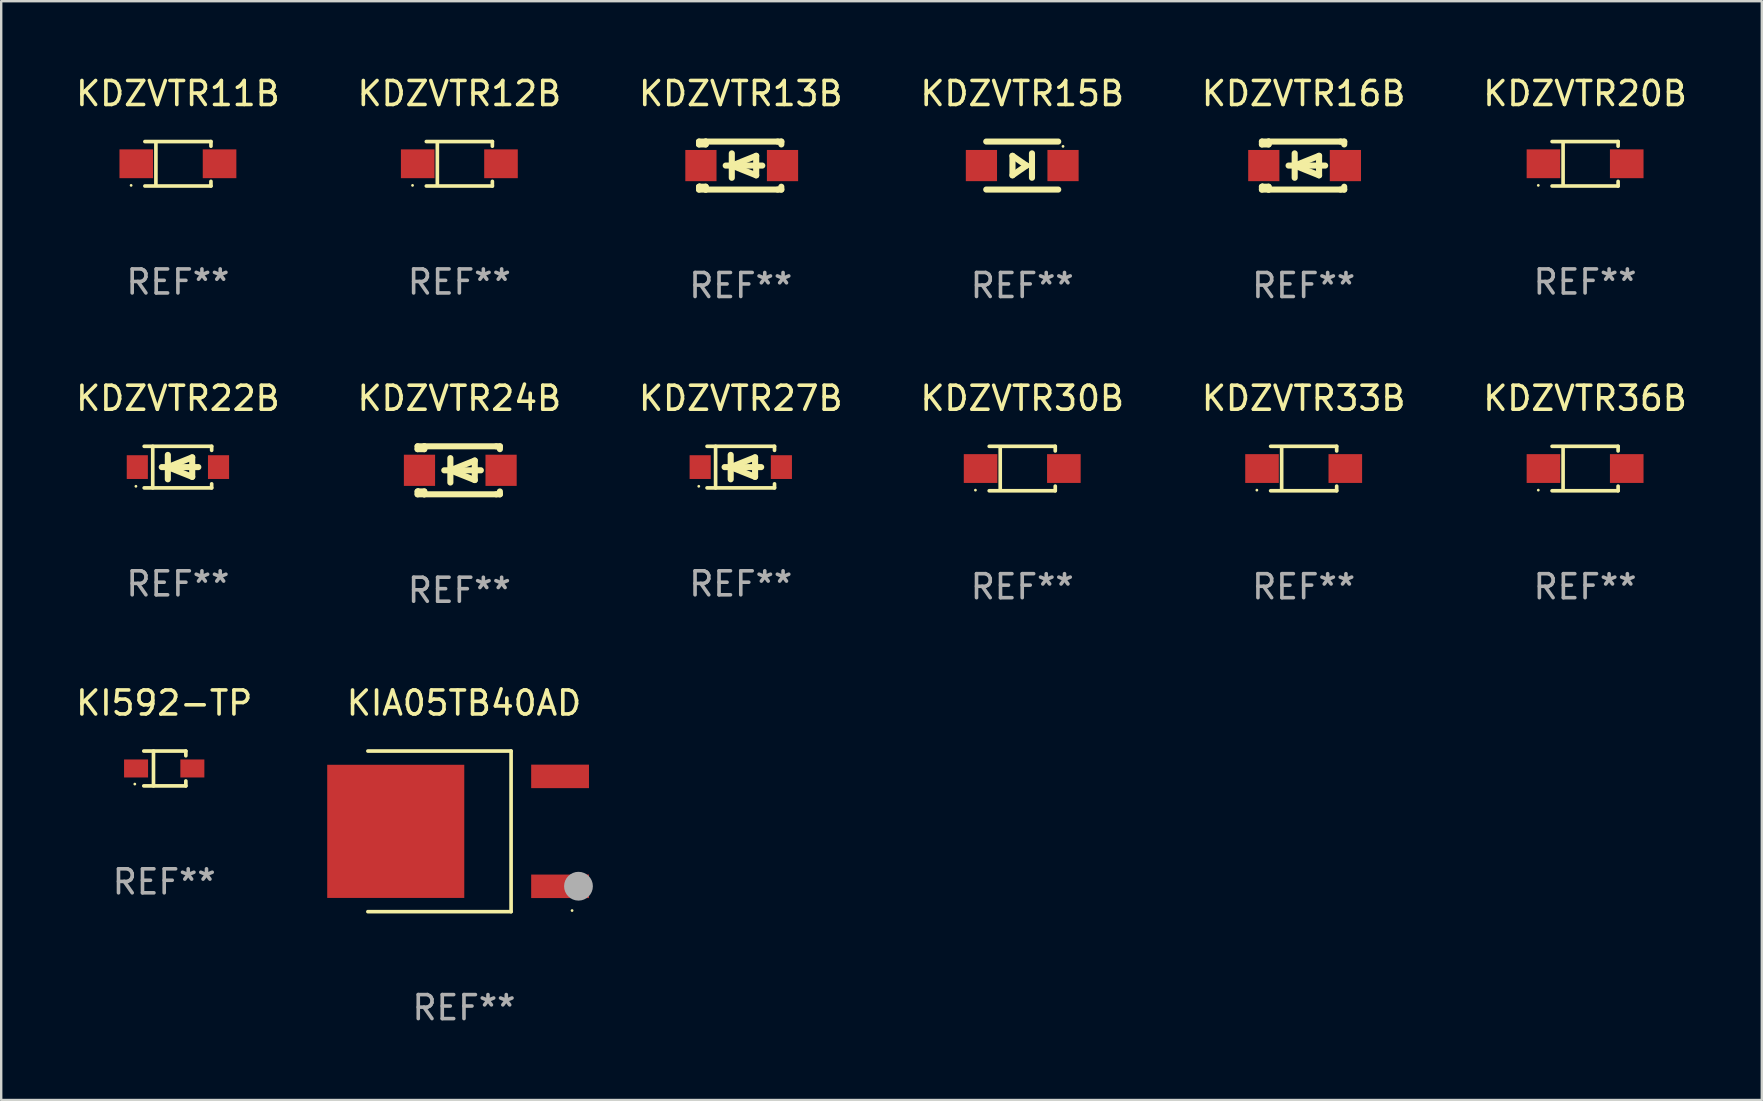
<source format=kicad_pcb>
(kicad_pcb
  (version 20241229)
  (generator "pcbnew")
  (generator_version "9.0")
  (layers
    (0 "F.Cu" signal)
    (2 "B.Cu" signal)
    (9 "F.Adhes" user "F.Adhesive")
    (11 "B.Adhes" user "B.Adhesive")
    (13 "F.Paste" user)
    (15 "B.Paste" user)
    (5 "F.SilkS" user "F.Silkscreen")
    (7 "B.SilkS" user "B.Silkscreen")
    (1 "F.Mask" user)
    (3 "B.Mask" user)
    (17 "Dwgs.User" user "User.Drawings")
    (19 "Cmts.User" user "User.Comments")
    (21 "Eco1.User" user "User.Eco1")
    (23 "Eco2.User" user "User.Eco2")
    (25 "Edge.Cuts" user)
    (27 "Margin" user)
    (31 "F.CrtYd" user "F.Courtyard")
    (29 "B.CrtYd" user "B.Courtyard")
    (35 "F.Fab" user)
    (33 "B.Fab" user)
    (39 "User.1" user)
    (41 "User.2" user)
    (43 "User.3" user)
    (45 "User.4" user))
  (footprint "KDZVTR20B"
    (layer "F.Cu")
    (at 62.994 3.774)
    (property "Reference" "KDZVTR20B" (at 0 -2.926 0) (layer "F.SilkS") (effects (font (size 1 1) (thickness 0.15))))
    (attr through_hole)
    (fp_line (start -1.376 -0.926) (end 1.376 -0.926) (stroke (width 0.152) (type solid)) (layer "F.SilkS"))
    (fp_line (start -1.376 0.926) (end 1.376 0.926) (stroke (width 0.152) (type solid)) (layer "F.SilkS"))
    (fp_line (start -0.917 -0.876) (end -0.917 0.876) (stroke (width 0.152) (type solid)) (layer "F.SilkS"))
    (fp_line (start 1.376 -0.926) (end 1.376 -0.733) (stroke (width 0.152) (type solid)) (layer "F.SilkS"))
    (fp_line (start 1.376 0.926) (end 1.376 0.733) (stroke (width 0.152) (type solid)) (layer "F.SilkS"))
    (fp_circle (center -1.95 0.9) (end -1.92 0.9) (stroke (width 0.06) (type solid)) (fill no) (layer "F.SilkS"))
    (fp_text user "REF**" (at 0 4.926 0) (layer "F.Fab") (effects (font (size 1 1) (thickness 0.15))))
    (pad "1" smd rect (at -1.735 0) (size 1.4 1.2) (layers "F.Cu" "F.Mask" "F.Paste"))
    (pad "2" smd rect (at 1.735 0) (size 1.4 1.2) (layers "F.Cu" "F.Mask" "F.Paste")))
  (footprint "KDZVTR13B"
    (layer "F.Cu")
    (at 27.815 3.849)
    (property "Reference" "KDZVTR13B" (at 0 -3 0) (layer "F.SilkS") (effects (font (size 1 1) (thickness 0.15))))
    (attr through_hole)
    (fp_line (start -1.739 -1) (end -1.739 -0.882) (stroke (width 0.254) (type solid)) (layer "F.SilkS"))
    (fp_line (start -1.739 1) (end -1.739 0.881) (stroke (width 0.254) (type solid)) (layer "F.SilkS"))
    (fp_line (start -1.461 -1) (end -1.739 -1) (stroke (width 0.254) (type solid)) (layer "F.SilkS"))
    (fp_line (start -1.461 -1) (end -1.461 -0.882) (stroke (width 0.254) (type solid)) (layer "F.SilkS"))
    (fp_line (start -1.461 -1) (end 1.539 -1) (stroke (width 0.254) (type solid)) (layer "F.SilkS"))
    (fp_line (start -1.461 -0.882) (end -1.739 -0.882) (stroke (width 0.254) (type solid)) (layer "F.SilkS"))
    (fp_line (start -1.461 0.881) (end -1.739 0.881) (stroke (width 0.254) (type solid)) (layer "F.SilkS"))
    (fp_line (start -1.461 0.881) (end -1.461 1) (stroke (width 0.254) (type solid)) (layer "F.SilkS"))
    (fp_line (start -1.461 1) (end -1.739 1) (stroke (width 0.254) (type solid)) (layer "F.SilkS"))
    (fp_line (start -0.628 -0.000394) (end 0.896 -0.000394) (stroke (width 0.254) (type solid)) (layer "F.SilkS"))
    (fp_line (start -0.374 -0.508) (end -0.374 0.508) (stroke (width 0.254) (type solid)) (layer "F.SilkS"))
    (fp_line (start -0.374 -0.000394) (end 0.642 -0.407) (stroke (width 0.254) (type solid)) (layer "F.SilkS"))
    (fp_line (start 0.642 -0.407) (end 0.642 0.406) (stroke (width 0.254) (type solid)) (layer "F.SilkS"))
    (fp_line (start 0.642 0.406) (end -0.374 -0.000394) (stroke (width 0.254) (type solid)) (layer "F.SilkS"))
    (fp_line (start 1.539 -1) (end 1.69 -1) (stroke (width 0.254) (type solid)) (layer "F.SilkS"))
    (fp_line (start 1.539 1) (end -1.461 1) (stroke (width 0.254) (type solid)) (layer "F.SilkS"))
    (fp_line (start 1.689 0.881) (end 1.689 1) (stroke (width 0.254) (type solid)) (layer "F.SilkS"))
    (fp_line (start 1.689 1) (end 1.539 1) (stroke (width 0.254) (type solid)) (layer "F.SilkS"))
    (fp_line (start 1.69 -1) (end 1.69 -0.882) (stroke (width 0.254) (type solid)) (layer "F.SilkS"))
    (fp_circle (center -1.711 0.8) (end -1.681 0.8) (stroke (width 0.06) (type solid)) (fill no) (layer "F.SilkS"))
    (fp_text user "REF**" (at 0 5 0) (layer "F.Fab") (effects (font (size 1 1) (thickness 0.15))))
    (pad "1" smd rect (at -1.661 -0.000394) (size 1.3 1.3) (layers "F.Cu" "F.Mask" "F.Paste"))
    (pad "2" smd rect (at 1.739 -0.000394) (size 1.3 1.3) (layers "F.Cu" "F.Mask" "F.Paste")))
  (footprint "KDZVTR22B"
    (layer "F.Cu")
    (at 4.363 16.412)
    (property "Reference" "KDZVTR22B" (at 0 -2.866 0) (layer "F.SilkS") (effects (font (size 1 1) (thickness 0.15))))
    (attr through_hole)
    (fp_line (start -1.406 -0.866) (end 1.406 -0.866) (stroke (width 0.152) (type solid)) (layer "F.SilkS"))
    (fp_line (start -1.406 0.866) (end 1.406 0.866) (stroke (width 0.152) (type solid)) (layer "F.SilkS"))
    (fp_line (start -1.049 -0.866) (end -1.049 0.866) (stroke (width 0.152) (type solid)) (layer "F.SilkS"))
    (fp_line (start -0.674 0) (end 0.85 0) (stroke (width 0.254) (type solid)) (layer "F.SilkS"))
    (fp_line (start -0.42 -0.508) (end -0.42 0.508) (stroke (width 0.254) (type solid)) (layer "F.SilkS"))
    (fp_line (start -0.42 0) (end 0.596 -0.406) (stroke (width 0.254) (type solid)) (layer "F.SilkS"))
    (fp_line (start 0.596 -0.406) (end 0.596 0.406) (stroke (width 0.254) (type solid)) (layer "F.SilkS"))
    (fp_line (start 0.596 0.406) (end -0.42 0) (stroke (width 0.254) (type solid)) (layer "F.SilkS"))
    (fp_line (start 1.406 -0.866) (end 1.406 -0.698) (stroke (width 0.152) (type solid)) (layer "F.SilkS"))
    (fp_line (start 1.406 0.866) (end 1.406 0.698) (stroke (width 0.152) (type solid)) (layer "F.SilkS"))
    (fp_circle (center -1.75 0.8) (end -1.72 0.8) (stroke (width 0.06) (type solid)) (fill no) (layer "F.SilkS"))
    (fp_text user "REF**" (at 0 4.866 0) (layer "F.Fab") (effects (font (size 1 1) (thickness 0.15))))
    (pad "1" smd rect (at -1.692 0) (size 0.88 0.99) (layers "F.Cu" "F.Mask" "F.Paste"))
    (pad "2" smd rect (at 1.692 0) (size 0.88 0.99) (layers "F.Cu" "F.Mask" "F.Paste")))
  (footprint "KI592-TP"
    (layer "F.Cu")
    (at 3.792 28.969)
    (property "Reference" "KI592-TP" (at 0 -2.726 0) (layer "F.SilkS") (effects (font (size 1 1) (thickness 0.15))))
    (attr through_hole)
    (fp_line (start -0.851 -0.726) (end 0.901 -0.726) (stroke (width 0.152) (type solid)) (layer "F.SilkS"))
    (fp_line (start -0.851 0.726) (end 0.901 0.726) (stroke (width 0.152) (type solid)) (layer "F.SilkS"))
    (fp_line (start -0.447 -0.726) (end -0.447 0.726) (stroke (width 0.152) (type solid)) (layer "F.SilkS"))
    (fp_line (start 0.901 -0.726) (end 0.901 -0.53) (stroke (width 0.152) (type solid)) (layer "F.SilkS"))
    (fp_line (start 0.901 0.726) (end 0.901 0.52) (stroke (width 0.152) (type solid)) (layer "F.SilkS"))
    (fp_circle (center -1.225 0.65) (end -1.195 0.65) (stroke (width 0.06) (type solid)) (fill no) (layer "F.SilkS"))
    (fp_text user "REF**" (at 0 4.726 0) (layer "F.Fab") (effects (font (size 1 1) (thickness 0.15))))
    (pad "1" smd rect (at -1.173 0) (size 1 0.75) (layers "F.Cu" "F.Mask" "F.Paste"))
    (pad "2" smd rect (at 1.173 0) (size 1 0.75) (layers "F.Cu" "F.Mask" "F.Paste")))
  (footprint "KDZVTR11B"
    (layer "F.Cu")
    (at 4.363 3.774)
    (property "Reference" "KDZVTR11B" (at 0 -2.926 0) (layer "F.SilkS") (effects (font (size 1 1) (thickness 0.15))))
    (attr through_hole)
    (fp_line (start -1.376 -0.926) (end 1.376 -0.926) (stroke (width 0.152) (type solid)) (layer "F.SilkS"))
    (fp_line (start -1.376 0.926) (end 1.376 0.926) (stroke (width 0.152) (type solid)) (layer "F.SilkS"))
    (fp_line (start -0.917 -0.876) (end -0.917 0.876) (stroke (width 0.152) (type solid)) (layer "F.SilkS"))
    (fp_line (start 1.376 -0.926) (end 1.376 -0.733) (stroke (width 0.152) (type solid)) (layer "F.SilkS"))
    (fp_line (start 1.376 0.926) (end 1.376 0.733) (stroke (width 0.152) (type solid)) (layer "F.SilkS"))
    (fp_circle (center -1.95 0.9) (end -1.92 0.9) (stroke (width 0.06) (type solid)) (fill no) (layer "F.SilkS"))
    (fp_text user "REF**" (at 0 4.926 0) (layer "F.Fab") (effects (font (size 1 1) (thickness 0.15))))
    (pad "1" smd rect (at -1.735 0) (size 1.4 1.2) (layers "F.Cu" "F.Mask" "F.Paste"))
    (pad "2" smd rect (at 1.735 0) (size 1.4 1.2) (layers "F.Cu" "F.Mask" "F.Paste")))
  (footprint "KDZVTR24B"
    (layer "F.Cu")
    (at 16.089 16.546)
    (property "Reference" "KDZVTR24B" (at 0 -3 0) (layer "F.SilkS") (effects (font (size 1 1) (thickness 0.15))))
    (attr through_hole)
    (fp_line (start -1.739 -1) (end -1.739 -0.882) (stroke (width 0.254) (type solid)) (layer "F.SilkS"))
    (fp_line (start -1.739 1) (end -1.739 0.881) (stroke (width 0.254) (type solid)) (layer "F.SilkS"))
    (fp_line (start -1.461 -1) (end -1.739 -1) (stroke (width 0.254) (type solid)) (layer "F.SilkS"))
    (fp_line (start -1.461 -1) (end -1.461 -0.882) (stroke (width 0.254) (type solid)) (layer "F.SilkS"))
    (fp_line (start -1.461 -1) (end 1.539 -1) (stroke (width 0.254) (type solid)) (layer "F.SilkS"))
    (fp_line (start -1.461 -0.882) (end -1.739 -0.882) (stroke (width 0.254) (type solid)) (layer "F.SilkS"))
    (fp_line (start -1.461 0.881) (end -1.739 0.881) (stroke (width 0.254) (type solid)) (layer "F.SilkS"))
    (fp_line (start -1.461 0.881) (end -1.461 1) (stroke (width 0.254) (type solid)) (layer "F.SilkS"))
    (fp_line (start -1.461 1) (end -1.739 1) (stroke (width 0.254) (type solid)) (layer "F.SilkS"))
    (fp_line (start -0.628 -0.000394) (end 0.896 -0.000394) (stroke (width 0.254) (type solid)) (layer "F.SilkS"))
    (fp_line (start -0.374 -0.508) (end -0.374 0.508) (stroke (width 0.254) (type solid)) (layer "F.SilkS"))
    (fp_line (start -0.374 -0.000394) (end 0.642 -0.407) (stroke (width 0.254) (type solid)) (layer "F.SilkS"))
    (fp_line (start 0.642 -0.407) (end 0.642 0.406) (stroke (width 0.254) (type solid)) (layer "F.SilkS"))
    (fp_line (start 0.642 0.406) (end -0.374 -0.000394) (stroke (width 0.254) (type solid)) (layer "F.SilkS"))
    (fp_line (start 1.539 -1) (end 1.69 -1) (stroke (width 0.254) (type solid)) (layer "F.SilkS"))
    (fp_line (start 1.539 1) (end -1.461 1) (stroke (width 0.254) (type solid)) (layer "F.SilkS"))
    (fp_line (start 1.689 0.881) (end 1.689 1) (stroke (width 0.254) (type solid)) (layer "F.SilkS"))
    (fp_line (start 1.689 1) (end 1.539 1) (stroke (width 0.254) (type solid)) (layer "F.SilkS"))
    (fp_line (start 1.69 -1) (end 1.69 -0.882) (stroke (width 0.254) (type solid)) (layer "F.SilkS"))
    (fp_circle (center -1.711 0.8) (end -1.681 0.8) (stroke (width 0.06) (type solid)) (fill no) (layer "F.SilkS"))
    (fp_text user "REF**" (at 0 5 0) (layer "F.Fab") (effects (font (size 1 1) (thickness 0.15))))
    (pad "1" smd rect (at -1.661 -0.000394) (size 1.3 1.3) (layers "F.Cu" "F.Mask" "F.Paste"))
    (pad "2" smd rect (at 1.739 -0.000394) (size 1.3 1.3) (layers "F.Cu" "F.Mask" "F.Paste")))
  (footprint "KIA05TB40AD"
    (layer "F.Cu")
    (at 16.282 31.589)
    (property "Reference" "KIA05TB40AD" (at 0 -5.346 0) (layer "F.SilkS") (effects (font (size 1 1) (thickness 0.15))))
    (attr through_hole)
    (fp_line (start -4.004 -3.346) (end 1.963 -3.346) (stroke (width 0.152) (type solid)) (layer "F.SilkS"))
    (fp_line (start -4.004 3.346) (end 1.963 3.346) (stroke (width 0.152) (type solid)) (layer "F.SilkS"))
    (fp_line (start 1.963 3.346) (end 1.963 -3.346) (stroke (width 0.152) (type solid)) (layer "F.SilkS"))
    (fp_circle (center 4.504 3.3) (end 4.534 3.3) (stroke (width 0.06) (type solid)) (fill no) (layer "F.SilkS"))
    (fp_circle (center 4.771 2.286) (end 5.071 2.286) (stroke (width 0.6) (type solid)) (fill no) (layer "F.Fab"))
    (fp_text user "REF**" (at 0 7.346 0) (layer "F.Fab") (effects (font (size 1 1) (thickness 0.15))))
    (pad "1" smd rect (at 4.004 2.29) (size 2.409 0.979) (layers "F.Cu" "F.Mask" "F.Paste"))
    (pad "2" smd rect (at -2.843 0) (size 5.711 5.548) (layers "F.Cu" "F.Mask" "F.Paste"))
    (pad "3" smd rect (at 4.004 -2.29) (size 2.409 0.979) (layers "F.Cu" "F.Mask" "F.Paste")))
  (footprint "KDZVTR27B"
    (layer "F.Cu")
    (at 27.815 16.412)
    (property "Reference" "KDZVTR27B" (at 0 -2.866 0) (layer "F.SilkS") (effects (font (size 1 1) (thickness 0.15))))
    (attr through_hole)
    (fp_line (start -1.406 -0.866) (end 1.406 -0.866) (stroke (width 0.152) (type solid)) (layer "F.SilkS"))
    (fp_line (start -1.406 0.866) (end 1.406 0.866) (stroke (width 0.152) (type solid)) (layer "F.SilkS"))
    (fp_line (start -1.049 -0.866) (end -1.049 0.866) (stroke (width 0.152) (type solid)) (layer "F.SilkS"))
    (fp_line (start -0.674 0) (end 0.85 0) (stroke (width 0.254) (type solid)) (layer "F.SilkS"))
    (fp_line (start -0.42 -0.508) (end -0.42 0.508) (stroke (width 0.254) (type solid)) (layer "F.SilkS"))
    (fp_line (start -0.42 0) (end 0.596 -0.406) (stroke (width 0.254) (type solid)) (layer "F.SilkS"))
    (fp_line (start 0.596 -0.406) (end 0.596 0.406) (stroke (width 0.254) (type solid)) (layer "F.SilkS"))
    (fp_line (start 0.596 0.406) (end -0.42 0) (stroke (width 0.254) (type solid)) (layer "F.SilkS"))
    (fp_line (start 1.406 -0.866) (end 1.406 -0.698) (stroke (width 0.152) (type solid)) (layer "F.SilkS"))
    (fp_line (start 1.406 0.866) (end 1.406 0.698) (stroke (width 0.152) (type solid)) (layer "F.SilkS"))
    (fp_circle (center -1.75 0.8) (end -1.72 0.8) (stroke (width 0.06) (type solid)) (fill no) (layer "F.SilkS"))
    (fp_text user "REF**" (at 0 4.866 0) (layer "F.Fab") (effects (font (size 1 1) (thickness 0.15))))
    (pad "1" smd rect (at -1.692 0) (size 0.88 0.99) (layers "F.Cu" "F.Mask" "F.Paste"))
    (pad "2" smd rect (at 1.692 0) (size 0.88 0.99) (layers "F.Cu" "F.Mask" "F.Paste")))
  (footprint "KDZVTR36B"
    (layer "F.Cu")
    (at 62.994 16.472)
    (property "Reference" "KDZVTR36B" (at 0 -2.926 0) (layer "F.SilkS") (effects (font (size 1 1) (thickness 0.15))))
    (attr through_hole)
    (fp_line (start -1.376 -0.926) (end 1.376 -0.926) (stroke (width 0.152) (type solid)) (layer "F.SilkS"))
    (fp_line (start -1.376 0.926) (end 1.376 0.926) (stroke (width 0.152) (type solid)) (layer "F.SilkS"))
    (fp_line (start -0.917 -0.876) (end -0.917 0.876) (stroke (width 0.152) (type solid)) (layer "F.SilkS"))
    (fp_line (start 1.376 -0.926) (end 1.376 -0.733) (stroke (width 0.152) (type solid)) (layer "F.SilkS"))
    (fp_line (start 1.376 0.926) (end 1.376 0.733) (stroke (width 0.152) (type solid)) (layer "F.SilkS"))
    (fp_circle (center -1.95 0.9) (end -1.92 0.9) (stroke (width 0.06) (type solid)) (fill no) (layer "F.SilkS"))
    (fp_text user "REF**" (at 0 4.926 0) (layer "F.Fab") (effects (font (size 1 1) (thickness 0.15))))
    (pad "1" smd rect (at -1.735 0) (size 1.4 1.2) (layers "F.Cu" "F.Mask" "F.Paste"))
    (pad "2" smd rect (at 1.735 0) (size 1.4 1.2) (layers "F.Cu" "F.Mask" "F.Paste")))
  (footprint "KDZVTR12B"
    (layer "F.Cu")
    (at 16.089 3.774)
    (property "Reference" "KDZVTR12B" (at 0 -2.926 0) (layer "F.SilkS") (effects (font (size 1 1) (thickness 0.15))))
    (attr through_hole)
    (fp_line (start -1.376 -0.926) (end 1.376 -0.926) (stroke (width 0.152) (type solid)) (layer "F.SilkS"))
    (fp_line (start -1.376 0.926) (end 1.376 0.926) (stroke (width 0.152) (type solid)) (layer "F.SilkS"))
    (fp_line (start -0.917 -0.876) (end -0.917 0.876) (stroke (width 0.152) (type solid)) (layer "F.SilkS"))
    (fp_line (start 1.376 -0.926) (end 1.376 -0.733) (stroke (width 0.152) (type solid)) (layer "F.SilkS"))
    (fp_line (start 1.376 0.926) (end 1.376 0.733) (stroke (width 0.152) (type solid)) (layer "F.SilkS"))
    (fp_circle (center -1.95 0.9) (end -1.92 0.9) (stroke (width 0.06) (type solid)) (fill no) (layer "F.SilkS"))
    (fp_text user "REF**" (at 0 4.926 0) (layer "F.Fab") (effects (font (size 1 1) (thickness 0.15))))
    (pad "1" smd rect (at -1.735 0) (size 1.4 1.2) (layers "F.Cu" "F.Mask" "F.Paste"))
    (pad "2" smd rect (at 1.735 0) (size 1.4 1.2) (layers "F.Cu" "F.Mask" "F.Paste")))
  (footprint "KDZVTR30B"
    (layer "F.Cu")
    (at 39.542 16.472)
    (property "Reference" "KDZVTR30B" (at 0 -2.926 0) (layer "F.SilkS") (effects (font (size 1 1) (thickness 0.15))))
    (attr through_hole)
    (fp_line (start -1.376 -0.926) (end 1.376 -0.926) (stroke (width 0.152) (type solid)) (layer "F.SilkS"))
    (fp_line (start -1.376 0.926) (end 1.376 0.926) (stroke (width 0.152) (type solid)) (layer "F.SilkS"))
    (fp_line (start -0.917 -0.876) (end -0.917 0.876) (stroke (width 0.152) (type solid)) (layer "F.SilkS"))
    (fp_line (start 1.376 -0.926) (end 1.376 -0.733) (stroke (width 0.152) (type solid)) (layer "F.SilkS"))
    (fp_line (start 1.376 0.926) (end 1.376 0.733) (stroke (width 0.152) (type solid)) (layer "F.SilkS"))
    (fp_circle (center -1.95 0.9) (end -1.92 0.9) (stroke (width 0.06) (type solid)) (fill no) (layer "F.SilkS"))
    (fp_text user "REF**" (at 0 4.926 0) (layer "F.Fab") (effects (font (size 1 1) (thickness 0.15))))
    (pad "1" smd rect (at -1.735 0) (size 1.4 1.2) (layers "F.Cu" "F.Mask" "F.Paste"))
    (pad "2" smd rect (at 1.735 0) (size 1.4 1.2) (layers "F.Cu" "F.Mask" "F.Paste")))
  (footprint "KDZVTR33B"
    (layer "F.Cu")
    (at 51.268 16.472)
    (property "Reference" "KDZVTR33B" (at 0 -2.926 0) (layer "F.SilkS") (effects (font (size 1 1) (thickness 0.15))))
    (attr through_hole)
    (fp_line (start -1.376 -0.926) (end 1.376 -0.926) (stroke (width 0.152) (type solid)) (layer "F.SilkS"))
    (fp_line (start -1.376 0.926) (end 1.376 0.926) (stroke (width 0.152) (type solid)) (layer "F.SilkS"))
    (fp_line (start -0.917 -0.876) (end -0.917 0.876) (stroke (width 0.152) (type solid)) (layer "F.SilkS"))
    (fp_line (start 1.376 -0.926) (end 1.376 -0.733) (stroke (width 0.152) (type solid)) (layer "F.SilkS"))
    (fp_line (start 1.376 0.926) (end 1.376 0.733) (stroke (width 0.152) (type solid)) (layer "F.SilkS"))
    (fp_circle (center -1.95 0.9) (end -1.92 0.9) (stroke (width 0.06) (type solid)) (fill no) (layer "F.SilkS"))
    (fp_text user "REF**" (at 0 4.926 0) (layer "F.Fab") (effects (font (size 1 1) (thickness 0.15))))
    (pad "1" smd rect (at -1.735 0) (size 1.4 1.2) (layers "F.Cu" "F.Mask" "F.Paste"))
    (pad "2" smd rect (at 1.735 0) (size 1.4 1.2) (layers "F.Cu" "F.Mask" "F.Paste")))
  (footprint "KDZVTR16B"
    (layer "F.Cu")
    (at 51.268 3.849)
    (property "Reference" "KDZVTR16B" (at 0 -3 0) (layer "F.SilkS") (effects (font (size 1 1) (thickness 0.15))))
    (attr through_hole)
    (fp_line (start -1.739 -1) (end -1.739 -0.882) (stroke (width 0.254) (type solid)) (layer "F.SilkS"))
    (fp_line (start -1.739 1) (end -1.739 0.881) (stroke (width 0.254) (type solid)) (layer "F.SilkS"))
    (fp_line (start -1.461 -1) (end -1.739 -1) (stroke (width 0.254) (type solid)) (layer "F.SilkS"))
    (fp_line (start -1.461 -1) (end -1.461 -0.882) (stroke (width 0.254) (type solid)) (layer "F.SilkS"))
    (fp_line (start -1.461 -1) (end 1.539 -1) (stroke (width 0.254) (type solid)) (layer "F.SilkS"))
    (fp_line (start -1.461 -0.882) (end -1.739 -0.882) (stroke (width 0.254) (type solid)) (layer "F.SilkS"))
    (fp_line (start -1.461 0.881) (end -1.739 0.881) (stroke (width 0.254) (type solid)) (layer "F.SilkS"))
    (fp_line (start -1.461 0.881) (end -1.461 1) (stroke (width 0.254) (type solid)) (layer "F.SilkS"))
    (fp_line (start -1.461 1) (end -1.739 1) (stroke (width 0.254) (type solid)) (layer "F.SilkS"))
    (fp_line (start -0.628 -0.000394) (end 0.896 -0.000394) (stroke (width 0.254) (type solid)) (layer "F.SilkS"))
    (fp_line (start -0.374 -0.508) (end -0.374 0.508) (stroke (width 0.254) (type solid)) (layer "F.SilkS"))
    (fp_line (start -0.374 -0.000394) (end 0.642 -0.407) (stroke (width 0.254) (type solid)) (layer "F.SilkS"))
    (fp_line (start 0.642 -0.407) (end 0.642 0.406) (stroke (width 0.254) (type solid)) (layer "F.SilkS"))
    (fp_line (start 0.642 0.406) (end -0.374 -0.000394) (stroke (width 0.254) (type solid)) (layer "F.SilkS"))
    (fp_line (start 1.539 -1) (end 1.69 -1) (stroke (width 0.254) (type solid)) (layer "F.SilkS"))
    (fp_line (start 1.539 1) (end -1.461 1) (stroke (width 0.254) (type solid)) (layer "F.SilkS"))
    (fp_line (start 1.689 0.881) (end 1.689 1) (stroke (width 0.254) (type solid)) (layer "F.SilkS"))
    (fp_line (start 1.689 1) (end 1.539 1) (stroke (width 0.254) (type solid)) (layer "F.SilkS"))
    (fp_line (start 1.69 -1) (end 1.69 -0.882) (stroke (width 0.254) (type solid)) (layer "F.SilkS"))
    (fp_circle (center -1.711 0.8) (end -1.681 0.8) (stroke (width 0.06) (type solid)) (fill no) (layer "F.SilkS"))
    (fp_text user "REF**" (at 0 5 0) (layer "F.Fab") (effects (font (size 1 1) (thickness 0.15))))
    (pad "1" smd rect (at -1.661 -0.000394) (size 1.3 1.3) (layers "F.Cu" "F.Mask" "F.Paste"))
    (pad "2" smd rect (at 1.739 -0.000394) (size 1.3 1.3) (layers "F.Cu" "F.Mask" "F.Paste")))
  (footprint "KDZVTR15B"
    (layer "F.Cu")
    (at 39.542 3.848)
    (property "Reference" "KDZVTR15B" (at 0 -3 0) (layer "F.SilkS") (effects (font (size 1 1) (thickness 0.15))))
    (attr through_hole)
    (fp_line (start -1.5 -1) (end 1.5 -1) (stroke (width 0.254) (type solid)) (layer "F.SilkS"))
    (fp_line (start -0.406 -0.406) (end 0.178 0) (stroke (width 0.254) (type solid)) (layer "F.SilkS"))
    (fp_line (start -0.406 0.406) (end -0.406 -0.406) (stroke (width 0.254) (type solid)) (layer "F.SilkS"))
    (fp_line (start 0.178 0) (end -0.406 0.406) (stroke (width 0.254) (type solid)) (layer "F.SilkS"))
    (fp_line (start 0.406 0.508) (end 0.406 -0.508) (stroke (width 0.254) (type solid)) (layer "F.SilkS"))
    (fp_line (start 1.5 1) (end -1.5 1) (stroke (width 0.254) (type solid)) (layer "F.SilkS"))
    (fp_circle (center 1.7 -0.8) (end 1.73 -0.8) (stroke (width 0.06) (type solid)) (fill no) (layer "F.SilkS"))
    (fp_text user "REF**" (at 0 5 0) (layer "F.Fab") (effects (font (size 1 1) (thickness 0.15))))
    (pad "1" smd rect (at 1.7 0 180) (size 1.3 1.3) (layers "F.Cu" "F.Mask" "F.Paste"))
    (pad "2" smd rect (at -1.7 0 180) (size 1.3 1.3) (layers "F.Cu" "F.Mask" "F.Paste")))
  (gr_rect
    (start -3 -3)
    (end 70.357 42.783)
    (stroke (width 0.1) (type default))
    (fill no)
    (layer "Edge.Cuts")))
</source>
